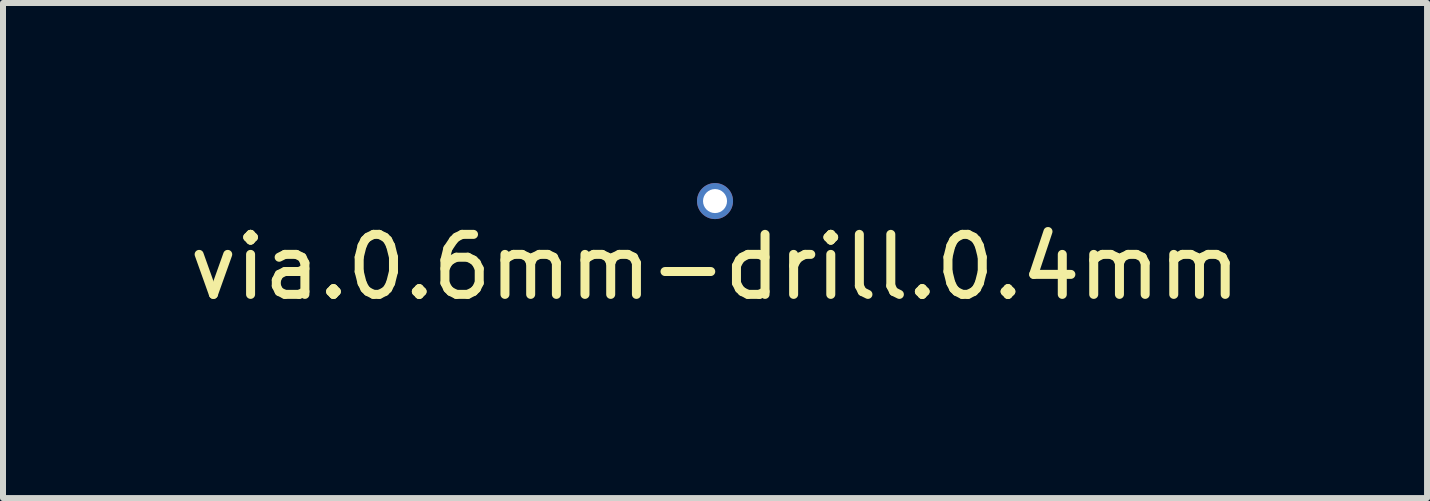
<source format=kicad_pcb>
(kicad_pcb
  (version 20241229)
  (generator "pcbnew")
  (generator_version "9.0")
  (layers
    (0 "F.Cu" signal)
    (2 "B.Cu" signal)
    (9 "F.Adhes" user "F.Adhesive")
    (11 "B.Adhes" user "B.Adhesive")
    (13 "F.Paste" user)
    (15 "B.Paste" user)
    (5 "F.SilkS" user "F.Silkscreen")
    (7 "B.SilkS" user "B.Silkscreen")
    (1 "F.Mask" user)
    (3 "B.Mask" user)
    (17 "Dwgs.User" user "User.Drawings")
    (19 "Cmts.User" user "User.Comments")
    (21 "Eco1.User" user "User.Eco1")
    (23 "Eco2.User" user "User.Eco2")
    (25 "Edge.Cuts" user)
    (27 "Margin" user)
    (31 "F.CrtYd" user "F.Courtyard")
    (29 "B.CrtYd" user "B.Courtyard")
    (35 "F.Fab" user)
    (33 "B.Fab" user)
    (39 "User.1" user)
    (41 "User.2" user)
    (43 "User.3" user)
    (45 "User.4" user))
  (footprint "via.0.6mm-drill.0.4mm"
    (layer "F.Cu")
    (at 8.863 0.3)
    (property "Reference" "via.0.6mm-drill.0.4mm" (at 0 1.1 0) (layer "F.SilkS") (effects (font (size 1 1) (thickness 0.15))))
    (attr through_hole)
    (pad "1" thru_hole circle (at 0 0) (size 0.6 0.6) (drill 0.4) (layers "*.Cu")))
  (gr_rect
    (start -3 -3)
    (end 20.726 5.248)
    (stroke (width 0.1) (type default))
    (fill no)
    (layer "Edge.Cuts")))
</source>
